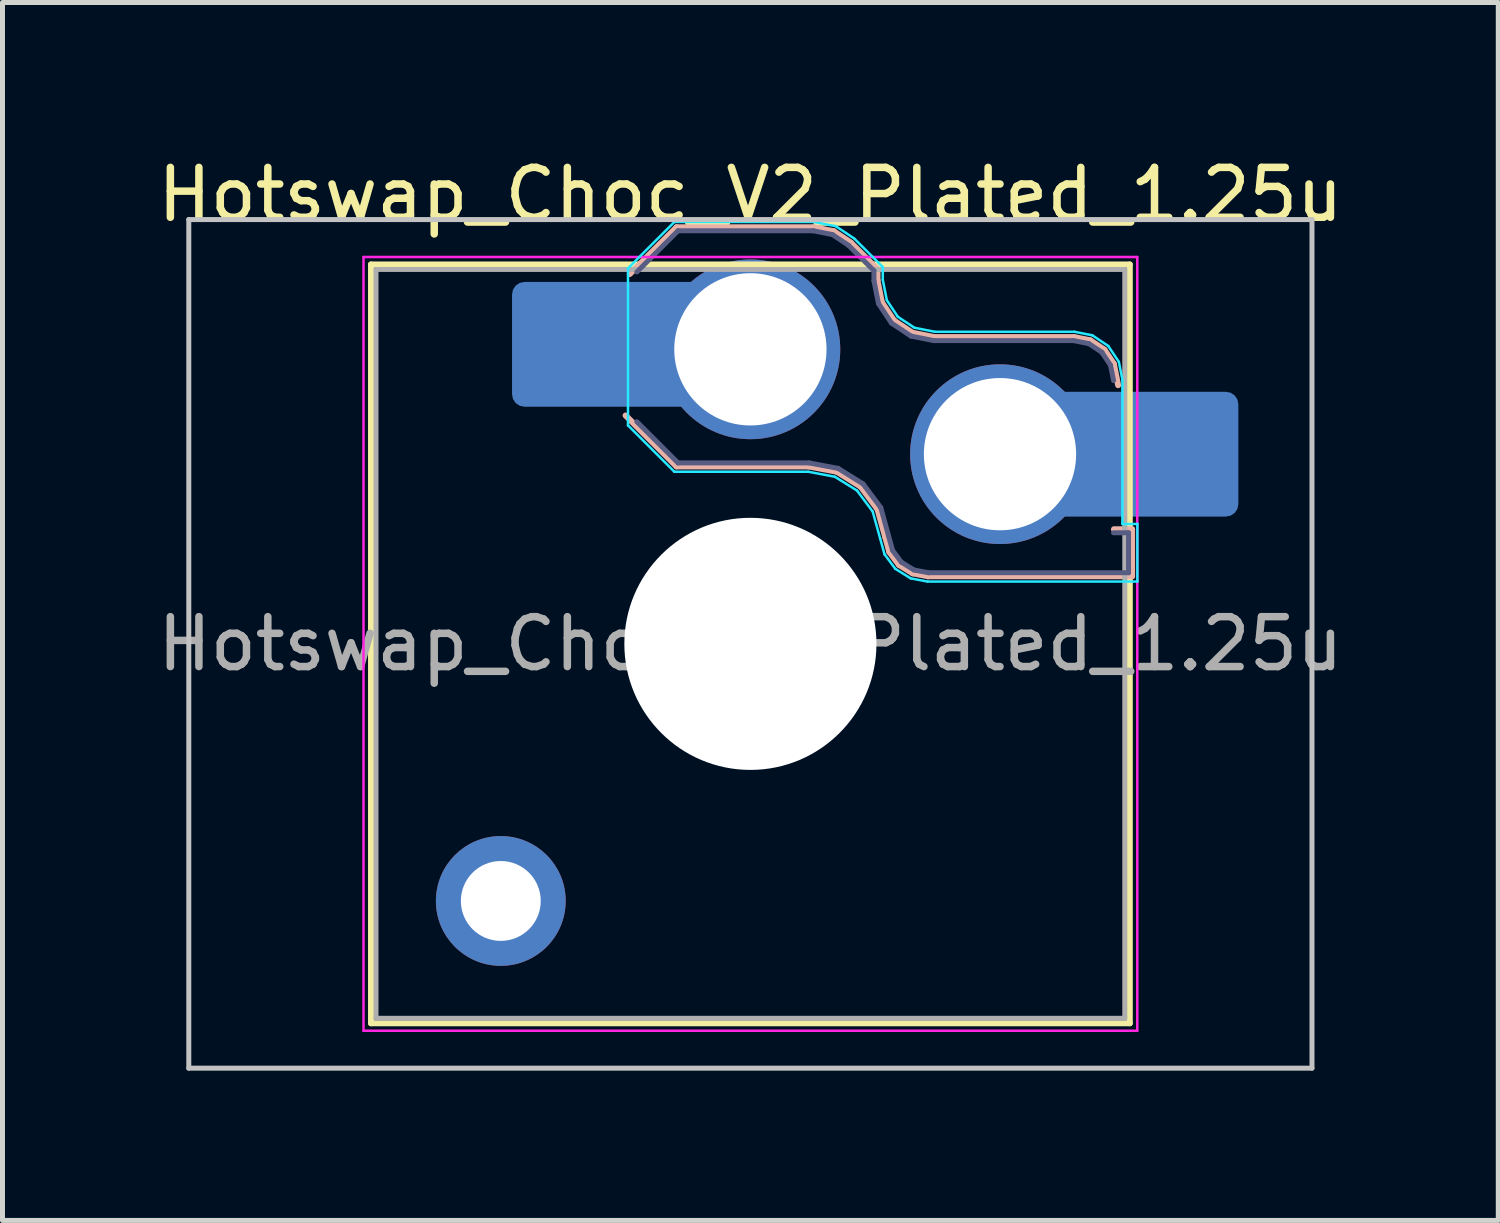
<source format=kicad_pcb>
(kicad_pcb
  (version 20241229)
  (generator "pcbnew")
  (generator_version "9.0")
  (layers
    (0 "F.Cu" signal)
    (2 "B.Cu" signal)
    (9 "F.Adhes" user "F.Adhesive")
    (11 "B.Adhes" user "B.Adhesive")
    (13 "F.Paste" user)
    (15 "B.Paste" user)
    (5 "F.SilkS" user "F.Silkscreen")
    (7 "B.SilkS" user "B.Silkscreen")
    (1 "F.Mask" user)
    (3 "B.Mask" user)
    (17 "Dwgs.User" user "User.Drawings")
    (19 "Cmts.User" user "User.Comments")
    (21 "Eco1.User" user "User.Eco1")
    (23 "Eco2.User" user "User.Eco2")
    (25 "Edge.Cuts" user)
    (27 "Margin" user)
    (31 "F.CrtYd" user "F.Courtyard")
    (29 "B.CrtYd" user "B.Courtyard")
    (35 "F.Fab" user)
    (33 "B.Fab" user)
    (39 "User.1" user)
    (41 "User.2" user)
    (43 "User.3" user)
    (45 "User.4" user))
  (footprint "Hotswap_Choc_V2_Plated_1.25u"
    (layer "F.Cu")
    (at 11.982 9.848)
    (property "Reference" "Hotswap_Choc_V2_Plated_1.25u" (at 0 -9 0) (layer "F.SilkS") (effects (font (size 1 1) (thickness 0.15))))
    (attr smd)
    (fp_line (start -7.6 -7.6) (end -7.6 7.6) (stroke (width 0.12) (type solid)) (layer "F.SilkS"))
    (fp_line (start -7.6 7.6) (end 7.6 7.6) (stroke (width 0.12) (type solid)) (layer "F.SilkS"))
    (fp_line (start 7.6 -7.6) (end -7.6 -7.6) (stroke (width 0.12) (type solid)) (layer "F.SilkS"))
    (fp_line (start 7.6 7.6) (end 7.6 -7.6) (stroke (width 0.12) (type solid)) (layer "F.SilkS"))
    (fp_line (start -2.416 -7.409) (end -1.479 -8.346) (stroke (width 0.12) (type solid)) (layer "B.SilkS"))
    (fp_line (start -1.479 -8.346) (end 1.268 -8.346) (stroke (width 0.12) (type solid)) (layer "B.SilkS"))
    (fp_line (start -1.479 -3.554) (end -2.5 -4.575) (stroke (width 0.12) (type solid)) (layer "B.SilkS"))
    (fp_line (start 1.168 -3.554) (end -1.479 -3.554) (stroke (width 0.12) (type solid)) (layer "B.SilkS"))
    (fp_line (start 1.268 -8.346) (end 1.671 -8.266) (stroke (width 0.12) (type solid)) (layer "B.SilkS"))
    (fp_line (start 1.671 -8.266) (end 2.013 -8.037) (stroke (width 0.12) (type solid)) (layer "B.SilkS"))
    (fp_line (start 1.73 -3.449) (end 1.168 -3.554) (stroke (width 0.12) (type solid)) (layer "B.SilkS"))
    (fp_line (start 2.013 -8.037) (end 2.546 -7.504) (stroke (width 0.12) (type solid)) (layer "B.SilkS"))
    (fp_line (start 2.209 -3.15) (end 1.73 -3.449) (stroke (width 0.12) (type solid)) (layer "B.SilkS"))
    (fp_line (start 2.546 -7.504) (end 2.546 -7.282) (stroke (width 0.12) (type solid)) (layer "B.SilkS"))
    (fp_line (start 2.546 -7.282) (end 2.633 -6.844) (stroke (width 0.12) (type solid)) (layer "B.SilkS"))
    (fp_line (start 2.547 -2.697) (end 2.209 -3.15) (stroke (width 0.12) (type solid)) (layer "B.SilkS"))
    (fp_line (start 2.633 -6.844) (end 2.877 -6.477) (stroke (width 0.12) (type solid)) (layer "B.SilkS"))
    (fp_line (start 2.701 -2.139) (end 2.547 -2.697) (stroke (width 0.12) (type solid)) (layer "B.SilkS"))
    (fp_line (start 2.783 -1.841) (end 2.701 -2.139) (stroke (width 0.12) (type solid)) (layer "B.SilkS"))
    (fp_line (start 2.877 -6.477) (end 3.244 -6.233) (stroke (width 0.12) (type solid)) (layer "B.SilkS"))
    (fp_line (start 2.976 -1.583) (end 2.783 -1.841) (stroke (width 0.12) (type solid)) (layer "B.SilkS"))
    (fp_line (start 3.244 -6.233) (end 3.682 -6.146) (stroke (width 0.12) (type solid)) (layer "B.SilkS"))
    (fp_line (start 3.25 -1.413) (end 2.976 -1.583) (stroke (width 0.12) (type solid)) (layer "B.SilkS"))
    (fp_line (start 3.56 -1.354) (end 3.25 -1.413) (stroke (width 0.12) (type solid)) (layer "B.SilkS"))
    (fp_line (start 3.682 -6.146) (end 6.482 -6.146) (stroke (width 0.12) (type solid)) (layer "B.SilkS"))
    (fp_line (start 6.482 -6.146) (end 6.809 -6.081) (stroke (width 0.12) (type solid)) (layer "B.SilkS"))
    (fp_line (start 6.809 -6.081) (end 7.092 -5.892) (stroke (width 0.12) (type solid)) (layer "B.SilkS"))
    (fp_line (start 7.092 -5.892) (end 7.281 -5.609) (stroke (width 0.12) (type solid)) (layer "B.SilkS"))
    (fp_line (start 7.281 -5.609) (end 7.366 -5.182) (stroke (width 0.12) (type solid)) (layer "B.SilkS"))
    (fp_line (start 7.283 -2.296) (end 7.646 -2.296) (stroke (width 0.12) (type solid)) (layer "B.SilkS"))
    (fp_line (start 7.646 -2.296) (end 7.646 -1.354) (stroke (width 0.12) (type solid)) (layer "B.SilkS"))
    (fp_line (start 7.646 -1.354) (end 3.56 -1.354) (stroke (width 0.12) (type solid)) (layer "B.SilkS"))
    (fp_line (start -11.25 -8.5) (end -11.25 8.5) (stroke (width 0.1) (type solid)) (layer "Dwgs.User"))
    (fp_line (start -11.25 8.5) (end 11.25 8.5) (stroke (width 0.1) (type solid)) (layer "Dwgs.User"))
    (fp_line (start 11.25 -8.5) (end -11.25 -8.5) (stroke (width 0.1) (type solid)) (layer "Dwgs.User"))
    (fp_line (start 11.25 8.5) (end 11.25 -8.5) (stroke (width 0.1) (type solid)) (layer "Dwgs.User"))
    (fp_line (start -7.25 -7.25) (end -7.25 7.25) (stroke (width 0.1) (type solid)) (layer "Eco1.User"))
    (fp_line (start -7.25 7.25) (end 7.25 7.25) (stroke (width 0.1) (type solid)) (layer "Eco1.User"))
    (fp_line (start 7.25 -7.25) (end -7.25 -7.25) (stroke (width 0.1) (type solid)) (layer "Eco1.User"))
    (fp_line (start 7.25 7.25) (end 7.25 -7.25) (stroke (width 0.1) (type solid)) (layer "Eco1.User"))
    (fp_line (start -2.452 -7.523) (end -1.523 -8.452) (stroke (width 0.05) (type solid)) (layer "B.CrtYd"))
    (fp_line (start -2.452 -4.377) (end -2.452 -7.523) (stroke (width 0.05) (type solid)) (layer "B.CrtYd"))
    (fp_line (start -1.523 -8.452) (end 1.278 -8.452) (stroke (width 0.05) (type solid)) (layer "B.CrtYd"))
    (fp_line (start -1.523 -3.448) (end -2.452 -4.377) (stroke (width 0.05) (type solid)) (layer "B.CrtYd"))
    (fp_line (start 1.159 -3.448) (end -1.523 -3.448) (stroke (width 0.05) (type solid)) (layer "B.CrtYd"))
    (fp_line (start 1.278 -8.452) (end 1.712 -8.366) (stroke (width 0.05) (type solid)) (layer "B.CrtYd"))
    (fp_line (start 1.691 -3.348) (end 1.159 -3.448) (stroke (width 0.05) (type solid)) (layer "B.CrtYd"))
    (fp_line (start 1.712 -8.366) (end 2.081 -8.119) (stroke (width 0.05) (type solid)) (layer "B.CrtYd"))
    (fp_line (start 2.081 -8.119) (end 2.652 -7.548) (stroke (width 0.05) (type solid)) (layer "B.CrtYd"))
    (fp_line (start 2.136 -3.071) (end 1.691 -3.348) (stroke (width 0.05) (type solid)) (layer "B.CrtYd"))
    (fp_line (start 2.45 -2.65) (end 2.136 -3.071) (stroke (width 0.05) (type solid)) (layer "B.CrtYd"))
    (fp_line (start 2.599 -2.111) (end 2.45 -2.65) (stroke (width 0.05) (type solid)) (layer "B.CrtYd"))
    (fp_line (start 2.652 -7.548) (end 2.652 -7.292) (stroke (width 0.05) (type solid)) (layer "B.CrtYd"))
    (fp_line (start 2.652 -7.292) (end 2.733 -6.885) (stroke (width 0.05) (type solid)) (layer "B.CrtYd"))
    (fp_line (start 2.687 -1.794) (end 2.599 -2.111) (stroke (width 0.05) (type solid)) (layer "B.CrtYd"))
    (fp_line (start 2.733 -6.885) (end 2.953 -6.553) (stroke (width 0.05) (type solid)) (layer "B.CrtYd"))
    (fp_line (start 2.903 -1.503) (end 2.687 -1.794) (stroke (width 0.05) (type solid)) (layer "B.CrtYd"))
    (fp_line (start 2.953 -6.553) (end 3.285 -6.333) (stroke (width 0.05) (type solid)) (layer "B.CrtYd"))
    (fp_line (start 3.211 -1.312) (end 2.903 -1.503) (stroke (width 0.05) (type solid)) (layer "B.CrtYd"))
    (fp_line (start 3.285 -6.333) (end 3.692 -6.252) (stroke (width 0.05) (type solid)) (layer "B.CrtYd"))
    (fp_line (start 3.55 -1.248) (end 3.211 -1.312) (stroke (width 0.05) (type solid)) (layer "B.CrtYd"))
    (fp_line (start 3.692 -6.252) (end 6.492 -6.252) (stroke (width 0.05) (type solid)) (layer "B.CrtYd"))
    (fp_line (start 6.492 -6.252) (end 6.85 -6.181) (stroke (width 0.05) (type solid)) (layer "B.CrtYd"))
    (fp_line (start 6.85 -6.181) (end 7.168 -5.968) (stroke (width 0.05) (type solid)) (layer "B.CrtYd"))
    (fp_line (start 7.168 -5.968) (end 7.381 -5.65) (stroke (width 0.05) (type solid)) (layer "B.CrtYd"))
    (fp_line (start 7.381 -5.65) (end 7.452 -5.292) (stroke (width 0.05) (type solid)) (layer "B.CrtYd"))
    (fp_line (start 7.452 -5.292) (end 7.452 -2.402) (stroke (width 0.05) (type solid)) (layer "B.CrtYd"))
    (fp_line (start 7.452 -2.402) (end 7.752 -2.402) (stroke (width 0.05) (type solid)) (layer "B.CrtYd"))
    (fp_line (start 7.752 -2.402) (end 7.752 -1.248) (stroke (width 0.05) (type solid)) (layer "B.CrtYd"))
    (fp_line (start 7.752 -1.248) (end 3.55 -1.248) (stroke (width 0.05) (type solid)) (layer "B.CrtYd"))
    (fp_line (start -7.75 -7.75) (end -7.75 7.75) (stroke (width 0.05) (type solid)) (layer "F.CrtYd"))
    (fp_line (start -7.75 7.75) (end 7.75 7.75) (stroke (width 0.05) (type solid)) (layer "F.CrtYd"))
    (fp_line (start 7.75 -7.75) (end -7.75 -7.75) (stroke (width 0.05) (type solid)) (layer "F.CrtYd"))
    (fp_line (start 7.75 7.75) (end 7.75 -7.75) (stroke (width 0.05) (type solid)) (layer "F.CrtYd"))
    (fp_line (start -2.275 -7.45) (end -1.45 -8.275) (stroke (width 0.1) (type solid)) (layer "B.Fab"))
    (fp_line (start -1.45 -8.275) (end 1.261 -8.275) (stroke (width 0.1) (type solid)) (layer "B.Fab"))
    (fp_line (start -1.45 -3.625) (end -2.275 -4.45) (stroke (width 0.1) (type solid)) (layer "B.Fab"))
    (fp_line (start 1.175 -3.625) (end -1.45 -3.625) (stroke (width 0.1) (type solid)) (layer "B.Fab"))
    (fp_line (start 1.261 -8.275) (end 1.643 -8.199) (stroke (width 0.1) (type solid)) (layer "B.Fab"))
    (fp_line (start 1.643 -8.199) (end 1.968 -7.982) (stroke (width 0.1) (type solid)) (layer "B.Fab"))
    (fp_line (start 1.756 -3.516) (end 1.175 -3.625) (stroke (width 0.1) (type solid)) (layer "B.Fab"))
    (fp_line (start 1.968 -7.982) (end 2.475 -7.475) (stroke (width 0.1) (type solid)) (layer "B.Fab"))
    (fp_line (start 2.258 -3.203) (end 1.756 -3.516) (stroke (width 0.1) (type solid)) (layer "B.Fab"))
    (fp_line (start 2.475 -7.475) (end 2.475 -7.275) (stroke (width 0.1) (type solid)) (layer "B.Fab"))
    (fp_line (start 2.475 -7.275) (end 2.566 -6.816) (stroke (width 0.1) (type solid)) (layer "B.Fab"))
    (fp_line (start 2.566 -6.816) (end 2.826 -6.426) (stroke (width 0.1) (type solid)) (layer "B.Fab"))
    (fp_line (start 2.612 -2.729) (end 2.258 -3.203) (stroke (width 0.1) (type solid)) (layer "B.Fab"))
    (fp_line (start 2.769 -2.158) (end 2.612 -2.729) (stroke (width 0.1) (type solid)) (layer "B.Fab"))
    (fp_line (start 2.826 -6.426) (end 3.216 -6.166) (stroke (width 0.1) (type solid)) (layer "B.Fab"))
    (fp_line (start 2.848 -1.873) (end 2.769 -2.158) (stroke (width 0.1) (type solid)) (layer "B.Fab"))
    (fp_line (start 3.025 -1.636) (end 2.848 -1.873) (stroke (width 0.1) (type solid)) (layer "B.Fab"))
    (fp_line (start 3.216 -6.166) (end 3.675 -6.075) (stroke (width 0.1) (type solid)) (layer "B.Fab"))
    (fp_line (start 3.276 -1.48) (end 3.025 -1.636) (stroke (width 0.1) (type solid)) (layer "B.Fab"))
    (fp_line (start 3.567 -1.425) (end 3.276 -1.48) (stroke (width 0.1) (type solid)) (layer "B.Fab"))
    (fp_line (start 3.675 -6.075) (end 6.475 -6.075) (stroke (width 0.1) (type solid)) (layer "B.Fab"))
    (fp_line (start 6.475 -6.075) (end 6.781 -6.014) (stroke (width 0.1) (type solid)) (layer "B.Fab"))
    (fp_line (start 6.781 -6.014) (end 7.041 -5.841) (stroke (width 0.1) (type solid)) (layer "B.Fab"))
    (fp_line (start 7.041 -5.841) (end 7.214 -5.581) (stroke (width 0.1) (type solid)) (layer "B.Fab"))
    (fp_line (start 7.214 -5.581) (end 7.275 -5.275) (stroke (width 0.1) (type solid)) (layer "B.Fab"))
    (fp_line (start 7.275 -2.225) (end 7.575 -2.225) (stroke (width 0.1) (type solid)) (layer "B.Fab"))
    (fp_line (start 7.575 -2.225) (end 7.575 -1.425) (stroke (width 0.1) (type solid)) (layer "B.Fab"))
    (fp_line (start 7.575 -1.425) (end 3.567 -1.425) (stroke (width 0.1) (type solid)) (layer "B.Fab"))
    (fp_line (start -7.5 -7.5) (end -7.5 7.5) (stroke (width 0.1) (type solid)) (layer "F.Fab"))
    (fp_line (start -7.5 7.5) (end 7.5 7.5) (stroke (width 0.1) (type solid)) (layer "F.Fab"))
    (fp_line (start 7.5 -7.5) (end -7.5 -7.5) (stroke (width 0.1) (type solid)) (layer "F.Fab"))
    (fp_line (start 7.5 7.5) (end 7.5 -7.5) (stroke (width 0.1) (type solid)) (layer "F.Fab"))
    (fp_text user "${REFERENCE}" (at 0 0 0) (layer "F.Fab") (effects (font (size 1 1) (thickness 0.15))))
    (pad "" thru_hole circle (at -5 5.15) (size 2.6 2.6) (drill 1.6) (layers "*.Cu" "*.Mask"))
    (pad "" smd roundrect (at -3.5 -6) (size 2.55 2.5) (layers "B.Mask" "B.Paste") (roundrect_rratio 0.1))
    (pad "" np_thru_hole circle (at 0 0) (size 5.05 5.05) (drill 5.05) (layers "*.Cu" "*.Mask"))
    (pad "" smd roundrect (at 8.5 -3.8) (size 2.55 2.5) (layers "B.Mask" "B.Paste") (roundrect_rratio 0.1))
    (pad "1" smd roundrect (at -2.85 -6) (size 3.85 2.5) (layers "B.Cu") (roundrect_rratio 0.1))
    (pad "1" thru_hole circle (at 0 -5.9) (size 3.6 3.6) (drill 3.05) (layers "*.Cu" "*.Mask"))
    (pad "2" thru_hole circle (at 5 -3.8) (size 3.6 3.6) (drill 3.05) (layers "*.Cu" "*.Mask"))
    (pad "2" smd roundrect (at 7.85 -3.8) (size 3.85 2.5) (layers "B.Cu") (roundrect_rratio 0.1)))
  (gr_rect
    (start -3 -3)
    (end 26.964 21.398)
    (stroke (width 0.1) (type default))
    (fill no)
    (layer "Edge.Cuts")))
</source>
